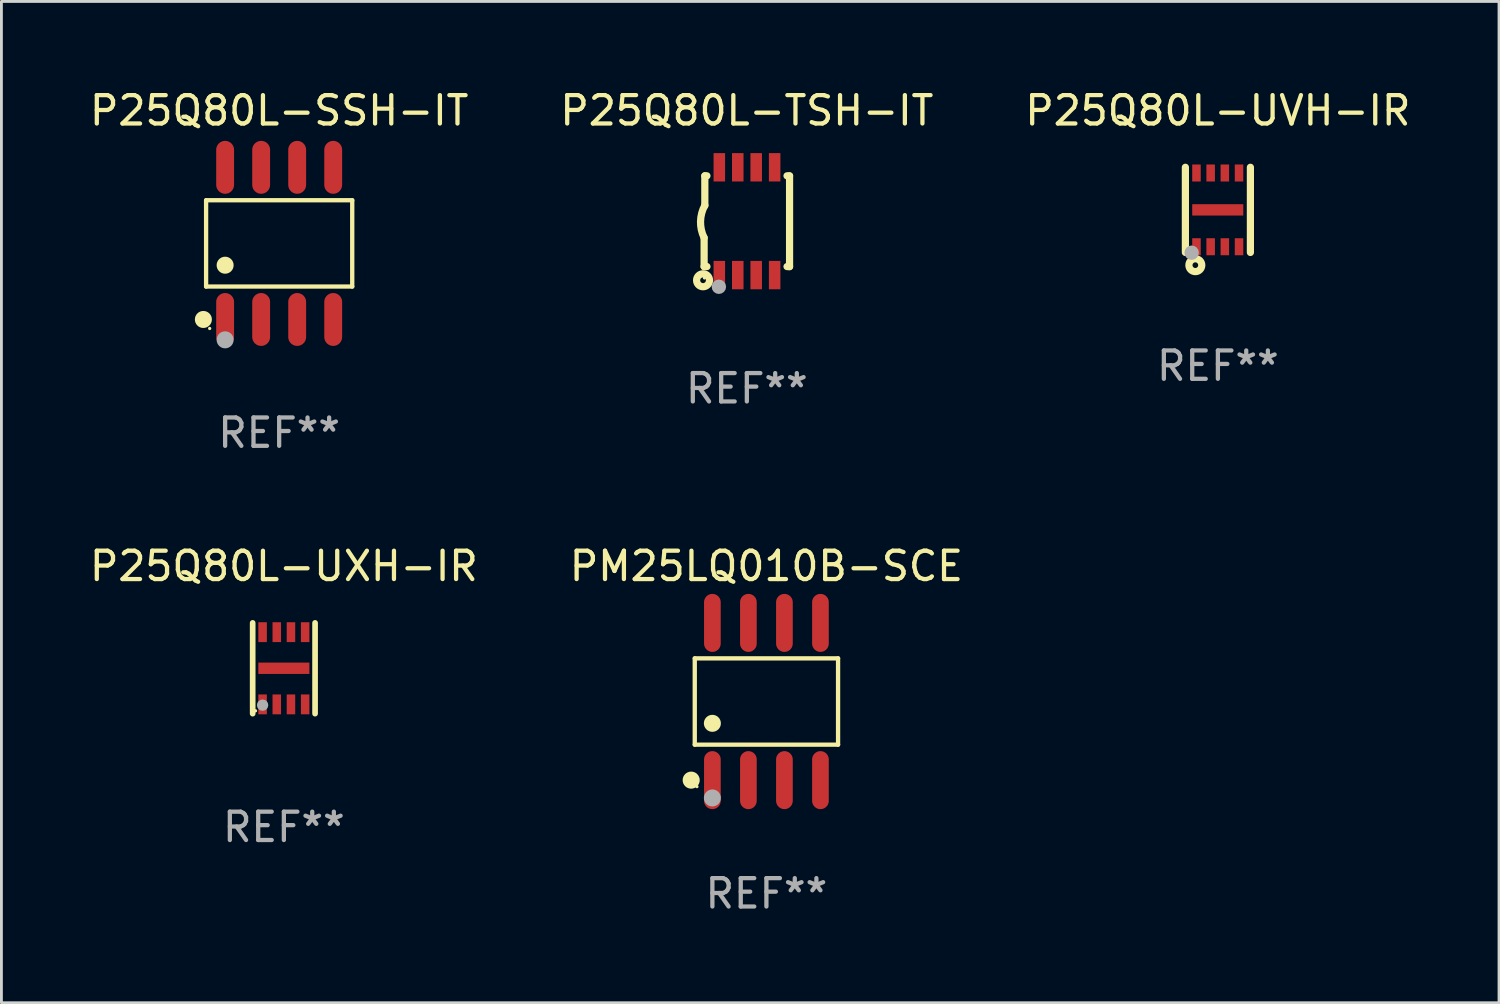
<source format=kicad_pcb>
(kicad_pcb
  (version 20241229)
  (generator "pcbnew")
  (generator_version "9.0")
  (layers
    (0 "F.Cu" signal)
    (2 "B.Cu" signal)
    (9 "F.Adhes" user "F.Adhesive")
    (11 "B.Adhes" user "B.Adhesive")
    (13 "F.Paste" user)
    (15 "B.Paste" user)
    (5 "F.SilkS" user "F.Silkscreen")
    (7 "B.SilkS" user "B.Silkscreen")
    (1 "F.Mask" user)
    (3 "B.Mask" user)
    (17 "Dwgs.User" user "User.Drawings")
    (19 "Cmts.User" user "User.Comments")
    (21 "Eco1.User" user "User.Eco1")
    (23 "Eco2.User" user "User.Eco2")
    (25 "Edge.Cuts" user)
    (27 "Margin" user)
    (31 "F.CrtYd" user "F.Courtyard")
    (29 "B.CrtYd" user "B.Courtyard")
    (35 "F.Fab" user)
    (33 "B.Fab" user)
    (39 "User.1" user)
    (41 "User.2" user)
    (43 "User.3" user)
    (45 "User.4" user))
  (footprint "PM25LQ010B-SCE"
    (layer "F.Cu")
    (at 23.97 21.682)
    (property "Reference" "PM25LQ010B-SCE" (at 0 -4.772 0) (layer "F.SilkS") (effects (font (size 1 1) (thickness 0.15))))
    (attr through_hole)
    (fp_line (start -2.526 -1.521) (end 2.526 -1.521) (stroke (width 0.152) (type solid)) (layer "F.SilkS"))
    (fp_line (start -2.526 1.521) (end -2.526 -1.521) (stroke (width 0.152) (type solid)) (layer "F.SilkS"))
    (fp_line (start 2.526 -1.521) (end 2.526 1.521) (stroke (width 0.152) (type solid)) (layer "F.SilkS"))
    (fp_line (start 2.526 1.521) (end -2.526 1.521) (stroke (width 0.152) (type solid)) (layer "F.SilkS"))
    (fp_circle (center -2.652 2.772) (end -2.501 2.772) (stroke (width 0.3) (type solid)) (fill no) (layer "F.SilkS"))
    (fp_circle (center -2.45 3) (end -2.42 3) (stroke (width 0.06) (type solid)) (fill no) (layer "F.SilkS"))
    (fp_circle (center -1.905 0.769) (end -1.755 0.769) (stroke (width 0.3) (type solid)) (fill no) (layer "F.SilkS"))
    (fp_circle (center -1.905 3.4) (end -1.755 3.4) (stroke (width 0.3) (type solid)) (fill no) (layer "F.Fab"))
    (fp_text user "REF**" (at 0 6.772 0) (layer "F.Fab") (effects (font (size 1 1) (thickness 0.15))))
    (pad "1" smd oval (at -1.905 2.772) (size 0.588 2.045) (layers "F.Cu" "F.Mask" "F.Paste"))
    (pad "2" smd oval (at -0.635 2.772) (size 0.588 2.045) (layers "F.Cu" "F.Mask" "F.Paste"))
    (pad "3" smd oval (at 0.635 2.772) (size 0.588 2.045) (layers "F.Cu" "F.Mask" "F.Paste"))
    (pad "4" smd oval (at 1.905 2.772) (size 0.588 2.045) (layers "F.Cu" "F.Mask" "F.Paste"))
    (pad "5" smd oval (at 1.905 -2.772) (size 0.588 2.045) (layers "F.Cu" "F.Mask" "F.Paste"))
    (pad "6" smd oval (at 0.635 -2.772) (size 0.588 2.045) (layers "F.Cu" "F.Mask" "F.Paste"))
    (pad "7" smd oval (at -0.635 -2.772) (size 0.588 2.045) (layers "F.Cu" "F.Mask" "F.Paste"))
    (pad "8" smd oval (at -1.905 -2.772) (size 0.588 2.045) (layers "F.Cu" "F.Mask" "F.Paste")))
  (footprint "P25Q80L-TSH-IT"
    (layer "F.Cu")
    (at 23.28 4.748)
    (property "Reference" "P25Q80L-TSH-IT" (at 0 -3.9 0) (layer "F.SilkS") (effects (font (size 1 1) (thickness 0.15))))
    (attr through_hole)
    (fp_line (start -1.506 1.6) (end -1.506 0.584) (stroke (width 0.254) (type solid)) (layer "F.SilkS"))
    (fp_line (start -1.506 1.6) (end -1.407 1.6) (stroke (width 0.254) (type solid)) (layer "F.SilkS"))
    (fp_line (start -1.481 -1.599) (end -1.481 -0.549) (stroke (width 0.254) (type solid)) (layer "F.SilkS"))
    (fp_line (start -1.481 -1.599) (end -1.407 -1.599) (stroke (width 0.254) (type solid)) (layer "F.SilkS"))
    (fp_line (start 1.417 -1.599) (end 1.506 -1.599) (stroke (width 0.254) (type solid)) (layer "F.SilkS"))
    (fp_line (start 1.417 1.6) (end 1.506 1.6) (stroke (width 0.254) (type solid)) (layer "F.SilkS"))
    (fp_line (start 1.506 1.603) (end 1.506 -1.595) (stroke (width 0.254) (type solid)) (layer "F.SilkS"))
    (fp_arc (start -1.506223 0.584328) (mid -1.632455 0.00974) (end -1.480823 -0.558674) (stroke (width 0.254001) (type solid)) (layer "F.SilkS"))
    (fp_circle (center -1.544 2.083) (end -1.443 2.083) (stroke (width 0.254) (type solid)) (fill no) (layer "F.SilkS"))
    (fp_circle (center -1.495 2) (end -1.465 2) (stroke (width 0.06) (type solid)) (fill no) (layer "F.SilkS"))
    (fp_circle (center -0.986 2.312) (end -0.859 2.312) (stroke (width 0.254) (type solid)) (fill no) (layer "F.Fab"))
    (fp_text user "REF**" (at 0 5.9 0) (layer "F.Fab") (effects (font (size 1 1) (thickness 0.15))))
    (pad "1" smd rect (at -0.97 1.9 90) (size 1 0.406) (layers "F.Cu" "F.Mask" "F.Paste"))
    (pad "2" smd rect (at -0.32 1.9 90) (size 1 0.406) (layers "F.Cu" "F.Mask" "F.Paste"))
    (pad "3" smd rect (at 0.33 1.9 90) (size 1 0.406) (layers "F.Cu" "F.Mask" "F.Paste"))
    (pad "4" smd rect (at 0.98 1.9 90) (size 1 0.406) (layers "F.Cu" "F.Mask" "F.Paste"))
    (pad "5" smd rect (at 0.98 -1.9 90) (size 1 0.406) (layers "F.Cu" "F.Mask" "F.Paste"))
    (pad "6" smd rect (at 0.33 -1.9 90) (size 1 0.406) (layers "F.Cu" "F.Mask" "F.Paste"))
    (pad "7" smd rect (at -0.32 -1.9 90) (size 1 0.406) (layers "F.Cu" "F.Mask" "F.Paste"))
    (pad "8" smd rect (at -0.97 -1.9 90) (size 1 0.406) (layers "F.Cu" "F.Mask" "F.Paste")))
  (footprint "P25Q80L-SSH-IT"
    (layer "F.Cu")
    (at 6.792 5.531)
    (property "Reference" "P25Q80L-SSH-IT" (at 0 -4.682 0) (layer "F.SilkS") (effects (font (size 1 1) (thickness 0.15))))
    (attr through_hole)
    (fp_line (start -2.576 -1.521) (end 2.576 -1.521) (stroke (width 0.152) (type solid)) (layer "F.SilkS"))
    (fp_line (start -2.576 1.521) (end -2.576 -1.521) (stroke (width 0.152) (type solid)) (layer "F.SilkS"))
    (fp_line (start 2.576 -1.521) (end 2.576 1.521) (stroke (width 0.152) (type solid)) (layer "F.SilkS"))
    (fp_line (start 2.576 1.521) (end -2.576 1.521) (stroke (width 0.152) (type solid)) (layer "F.SilkS"))
    (fp_circle (center -2.672 2.682) (end -2.522 2.682) (stroke (width 0.3) (type solid)) (fill no) (layer "F.SilkS"))
    (fp_circle (center -2.45 3) (end -2.42 3) (stroke (width 0.06) (type solid)) (fill no) (layer "F.SilkS"))
    (fp_circle (center -1.905 0.769) (end -1.755 0.769) (stroke (width 0.3) (type solid)) (fill no) (layer "F.SilkS"))
    (fp_circle (center -1.905 3.4) (end -1.755 3.4) (stroke (width 0.3) (type solid)) (fill no) (layer "F.Fab"))
    (fp_text user "REF**" (at 0 6.682 0) (layer "F.Fab") (effects (font (size 1 1) (thickness 0.15))))
    (pad "1" smd oval (at -1.905 2.682) (size 0.63 1.865) (layers "F.Cu" "F.Mask" "F.Paste"))
    (pad "2" smd oval (at -0.635 2.682) (size 0.63 1.865) (layers "F.Cu" "F.Mask" "F.Paste"))
    (pad "3" smd oval (at 0.635 2.682) (size 0.63 1.865) (layers "F.Cu" "F.Mask" "F.Paste"))
    (pad "4" smd oval (at 1.905 2.682) (size 0.63 1.865) (layers "F.Cu" "F.Mask" "F.Paste"))
    (pad "5" smd oval (at 1.905 -2.682) (size 0.63 1.865) (layers "F.Cu" "F.Mask" "F.Paste"))
    (pad "6" smd oval (at 0.635 -2.682) (size 0.63 1.865) (layers "F.Cu" "F.Mask" "F.Paste"))
    (pad "7" smd oval (at -0.635 -2.682) (size 0.63 1.865) (layers "F.Cu" "F.Mask" "F.Paste"))
    (pad "8" smd oval (at -1.905 -2.682) (size 0.63 1.865) (layers "F.Cu" "F.Mask" "F.Paste")))
  (footprint "P25Q80L-UVH-IR"
    (layer "F.Cu")
    (at 39.887 4.349)
    (property "Reference" "P25Q80L-UVH-IR" (at 0 -3.501 0) (layer "F.SilkS") (effects (font (size 1 1) (thickness 0.15))))
    (attr through_hole)
    (fp_line (start -1.146 -1.501) (end -1.146 1.501) (stroke (width 0.254) (type solid)) (layer "F.SilkS"))
    (fp_line (start 1.146 -1.501) (end 1.146 1.501) (stroke (width 0.254) (type solid)) (layer "F.SilkS"))
    (fp_circle (center -1.005 1.5) (end -0.975 1.5) (stroke (width 0.06) (type solid)) (fill no) (layer "F.SilkS"))
    (fp_circle (center -0.795 1.95) (end -0.695 1.95) (stroke (width 0.254) (type solid)) (fill no) (layer "F.SilkS"))
    (fp_circle (center -0.925 1.51) (end -0.798 1.51) (stroke (width 0.254) (type solid)) (fill no) (layer "F.Fab"))
    (fp_text user "REF**" (at 0 5.501 0) (layer "F.Fab") (effects (font (size 1 1) (thickness 0.15))))
    (pad "1" smd rect (at -0.755 1.3) (size 0.3 0.6) (layers "F.Cu" "F.Mask" "F.Paste"))
    (pad "2" smd rect (at -0.255 1.3) (size 0.3 0.6) (layers "F.Cu" "F.Mask" "F.Paste"))
    (pad "3" smd rect (at 0.245 1.3) (size 0.3 0.6) (layers "F.Cu" "F.Mask" "F.Paste"))
    (pad "4" smd rect (at 0.745 1.3) (size 0.3 0.6) (layers "F.Cu" "F.Mask" "F.Paste"))
    (pad "5" smd rect (at 0.745 -1.3) (size 0.3 0.6) (layers "F.Cu" "F.Mask" "F.Paste"))
    (pad "6" smd rect (at 0.245 -1.3) (size 0.3 0.6) (layers "F.Cu" "F.Mask" "F.Paste"))
    (pad "7" smd rect (at -0.255 -1.3) (size 0.3 0.6) (layers "F.Cu" "F.Mask" "F.Paste"))
    (pad "8" smd rect (at -0.755 -1.3) (size 0.3 0.6) (layers "F.Cu" "F.Mask" "F.Paste"))
    (pad "9" smd rect (at -0.005 0 90) (size 0.4 1.8) (layers "F.Cu" "F.Mask" "F.Paste")))
  (footprint "P25Q80L-UXH-IR"
    (layer "F.Cu")
    (at 6.958 20.51)
    (property "Reference" "P25Q80L-UXH-IR" (at 0 -3.6 0) (layer "F.SilkS") (effects (font (size 1 1) (thickness 0.15))))
    (attr through_hole)
    (fp_line (start -1.1 1.6) (end -1.1 -1.6) (stroke (width 0.2) (type solid)) (layer "F.SilkS"))
    (fp_line (start 1.1 1.6) (end 1.1 -1.6) (stroke (width 0.2) (type solid)) (layer "F.SilkS"))
    (fp_circle (center -1 1.5) (end -0.97 1.5) (stroke (width 0.06) (type solid)) (fill no) (layer "F.SilkS"))
    (fp_circle (center -0.75 1.3) (end -0.65 1.3) (stroke (width 0.2) (type solid)) (fill no) (layer "F.Fab"))
    (fp_text user "REF**" (at 0 5.6 0) (layer "F.Fab") (effects (font (size 1 1) (thickness 0.15))))
    (pad "1" smd rect (at -0.75 1.273 90) (size 0.7 0.3) (layers "F.Cu" "F.Mask" "F.Paste"))
    (pad "2" smd rect (at -0.25 1.273 90) (size 0.7 0.3) (layers "F.Cu" "F.Mask" "F.Paste"))
    (pad "3" smd rect (at 0.25 1.273 90) (size 0.7 0.3) (layers "F.Cu" "F.Mask" "F.Paste"))
    (pad "4" smd rect (at 0.75 1.273 90) (size 0.7 0.3) (layers "F.Cu" "F.Mask" "F.Paste"))
    (pad "5" smd rect (at 0.75 -1.273 90) (size 0.7 0.3) (layers "F.Cu" "F.Mask" "F.Paste"))
    (pad "6" smd rect (at 0.25 -1.273 90) (size 0.7 0.3) (layers "F.Cu" "F.Mask" "F.Paste"))
    (pad "7" smd rect (at -0.25 -1.273 90) (size 0.7 0.3) (layers "F.Cu" "F.Mask" "F.Paste"))
    (pad "8" smd rect (at -0.75 -1.273 90) (size 0.7 0.3) (layers "F.Cu" "F.Mask" "F.Paste"))
    (pad "9" smd rect (at 0.000127 0) (size 1.8 0.4) (layers "F.Cu" "F.Mask" "F.Paste")))
  (gr_rect
    (start -3 -3)
    (end 49.798 32.303)
    (stroke (width 0.1) (type default))
    (fill no)
    (layer "Edge.Cuts")))
</source>
